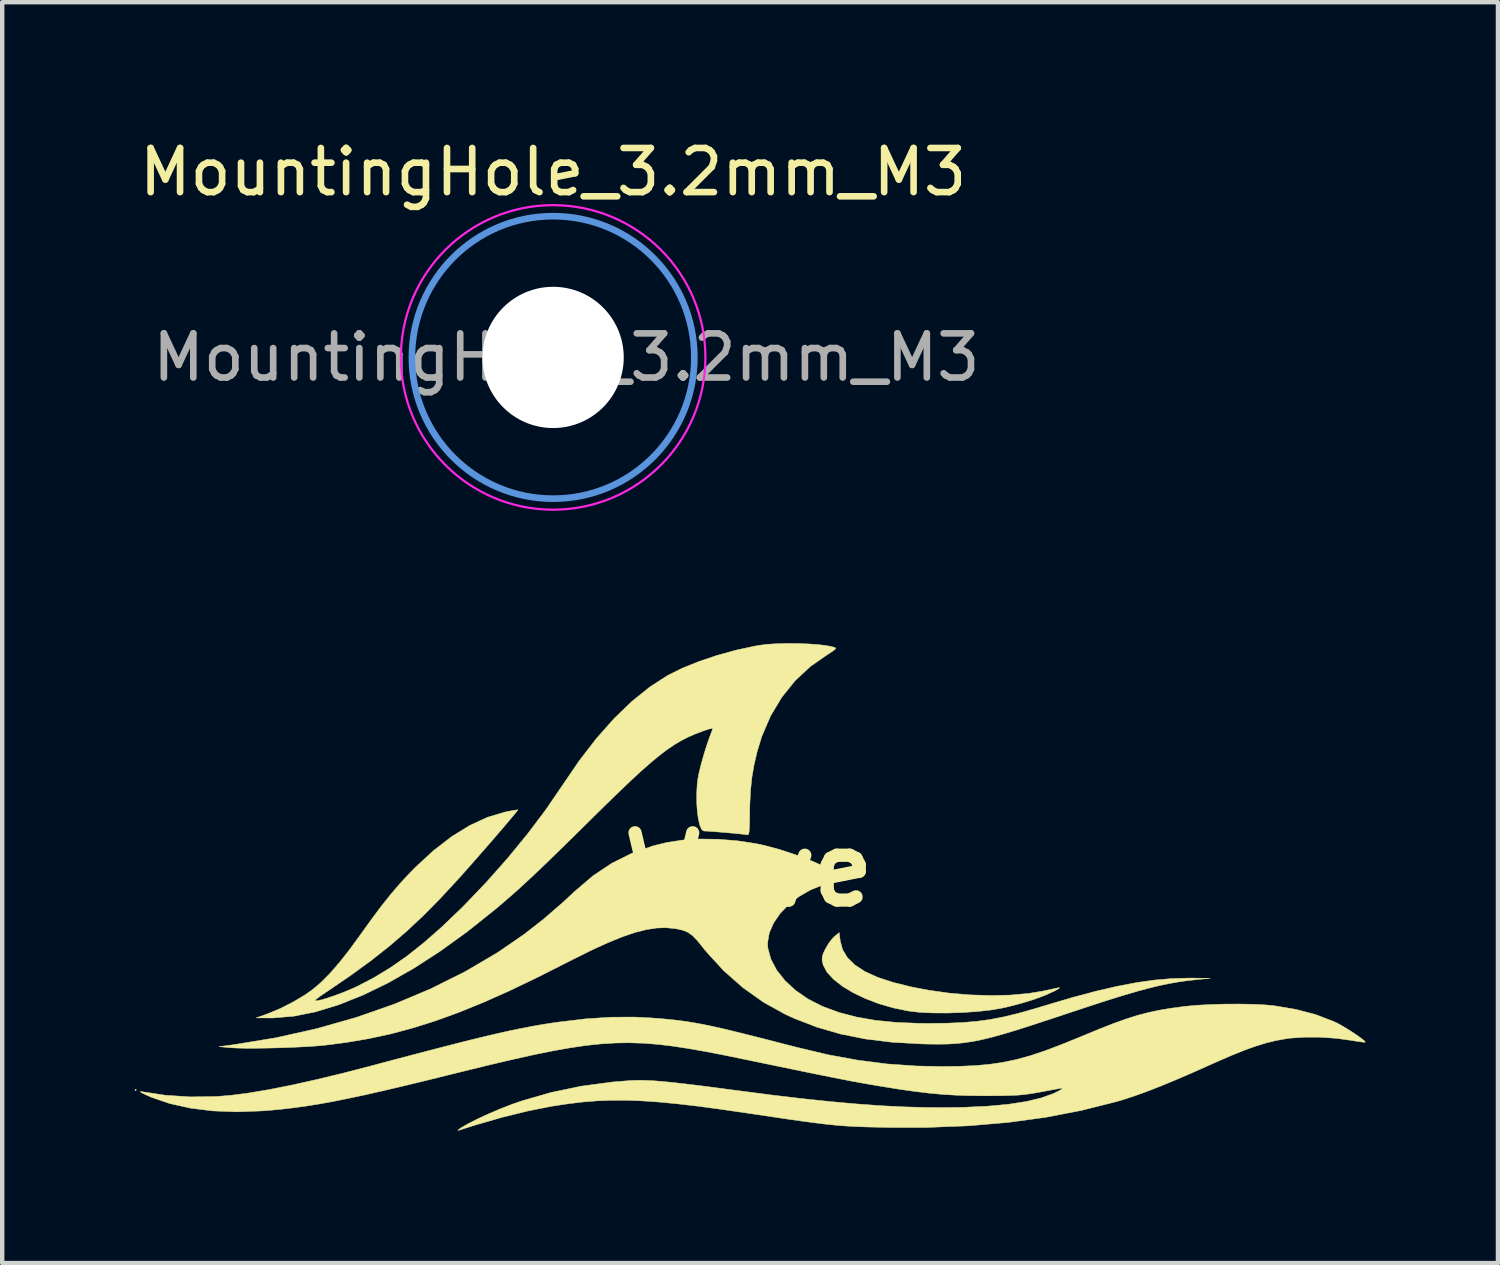
<source format=kicad_pcb>
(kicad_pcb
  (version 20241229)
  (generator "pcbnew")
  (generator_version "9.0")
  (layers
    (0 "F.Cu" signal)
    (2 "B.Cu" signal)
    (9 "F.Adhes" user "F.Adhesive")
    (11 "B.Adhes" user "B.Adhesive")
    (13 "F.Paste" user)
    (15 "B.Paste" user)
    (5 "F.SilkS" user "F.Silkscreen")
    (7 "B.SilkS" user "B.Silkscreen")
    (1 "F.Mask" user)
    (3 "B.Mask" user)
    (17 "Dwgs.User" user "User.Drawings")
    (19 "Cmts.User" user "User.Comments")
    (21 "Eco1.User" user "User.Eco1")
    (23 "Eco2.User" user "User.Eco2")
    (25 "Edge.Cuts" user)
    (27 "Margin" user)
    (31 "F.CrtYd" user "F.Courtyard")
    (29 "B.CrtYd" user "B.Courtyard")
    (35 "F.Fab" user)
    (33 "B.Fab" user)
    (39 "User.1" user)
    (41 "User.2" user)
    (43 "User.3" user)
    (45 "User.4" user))
  (footprint "MountingHole_3.2mm_M3"
    (layer "F.Cu")
    (at 9.482 5.048)
    (property "Reference" "MountingHole_3.2mm_M3" (at 0 -4.2 0) (layer "F.SilkS") (effects (font (size 1 1) (thickness 0.15))))
    (attr exclude_from_pos_files exclude_from_bom)
    (fp_circle (center 0 0) (end 3.2 0) (stroke (width 0.15) (type solid)) (fill no) (layer "Cmts.User"))
    (fp_circle (center 0 0) (end 3.45 0) (stroke (width 0.05) (type solid)) (fill no) (layer "F.CrtYd"))
    (fp_text user "${REFERENCE}" (at 0.3 0 0) (layer "F.Fab") (effects (font (size 1 1) (thickness 0.15))))
    (pad "" np_thru_hole circle (at 0 0) (size 3.2 3.2) (drill 3.2) (layers "*.Cu" "*.Mask")))
  (footprint "Wave"
    (layer "F.Cu")
    (at 13.914 16.653)
    (property "Reference" "Wave" (at 0 0 0) (layer "F.SilkS") (effects (font (size 1.524 1.524) (thickness 0.3))))
    (attr through_hole)
    (fp_poly (pts (xy -13.874 4.992) (xy -13.891 5.01) (xy -13.909 4.992) (xy -13.891 4.975) (xy -13.874 4.992)) (stroke (width 0.01) (type solid)) (fill yes) (layer "F.SilkS"))
    (fp_poly (pts (xy 2.072 1.608) (xy 2.126 1.811) (xy 2.235 1.994) (xy 2.403 2.159) (xy 2.63 2.307) (xy 2.918 2.439) (xy 3.27 2.555) (xy 3.688 2.658) (xy 4.082 2.733) (xy 4.546 2.798) (xy 5.019 2.838) (xy 5.486 2.852) (xy 5.932 2.842) (xy 6.34 2.805) (xy 6.657 2.753) (xy 6.793 2.724) (xy 6.917 2.697) (xy 6.989 2.682) (xy 7.041 2.674) (xy 7.04 2.685) (xy 6.981 2.721) (xy 6.937 2.745) (xy 6.741 2.836) (xy 6.492 2.93) (xy 6.209 3.019) (xy 5.908 3.099) (xy 5.732 3.139) (xy 5.471 3.183) (xy 5.164 3.216) (xy 4.832 3.238) (xy 4.492 3.249) (xy 4.165 3.247) (xy 3.868 3.233) (xy 3.626 3.205) (xy 3.283 3.135) (xy 2.953 3.04) (xy 2.644 2.922) (xy 2.364 2.788) (xy 2.12 2.641) (xy 1.922 2.485) (xy 1.775 2.326) (xy 1.69 2.167) (xy 1.682 2.142) (xy 1.662 2.049) (xy 1.665 1.973) (xy 1.694 1.886) (xy 1.734 1.802) (xy 1.805 1.68) (xy 1.889 1.569) (xy 1.937 1.52) (xy 2.05 1.426) (xy 2.072 1.608)) (stroke (width 0.01) (type solid)) (fill yes) (layer "F.SilkS"))
    (fp_poly (pts (xy -0.683 -0.688) (xy -0.254 -0.653) (xy 0.162 -0.59) (xy 0.333 -0.554) (xy 0.686 -0.46) (xy 1.054 -0.34) (xy 1.416 -0.202) (xy 1.754 -0.053) (xy 2.048 0.099) (xy 2.136 0.151) (xy 2.258 0.226) (xy 1.979 0.272) (xy 1.679 0.346) (xy 1.395 0.462) (xy 1.134 0.613) (xy 0.904 0.793) (xy 0.711 0.993) (xy 0.563 1.209) (xy 0.466 1.432) (xy 0.427 1.656) (xy 0.433 1.776) (xy 0.502 2.029) (xy 0.634 2.278) (xy 0.822 2.516) (xy 1.061 2.736) (xy 1.343 2.931) (xy 1.662 3.094) (xy 1.683 3.103) (xy 2.049 3.237) (xy 2.442 3.34) (xy 2.873 3.415) (xy 3.348 3.462) (xy 3.878 3.483) (xy 4.099 3.484) (xy 4.492 3.479) (xy 4.839 3.464) (xy 5.155 3.438) (xy 5.458 3.397) (xy 5.763 3.339) (xy 6.088 3.261) (xy 6.448 3.16) (xy 6.744 3.071) (xy 7.325 2.899) (xy 7.852 2.758) (xy 8.333 2.646) (xy 8.776 2.561) (xy 9.191 2.502) (xy 9.585 2.468) (xy 9.967 2.457) (xy 10.055 2.457) (xy 10.458 2.462) (xy 10.171 2.49) (xy 9.951 2.514) (xy 9.736 2.544) (xy 9.517 2.583) (xy 9.288 2.631) (xy 9.039 2.692) (xy 8.764 2.767) (xy 8.455 2.858) (xy 8.104 2.968) (xy 7.703 3.098) (xy 7.244 3.25) (xy 7.217 3.259) (xy 6.775 3.406) (xy 6.39 3.532) (xy 6.057 3.638) (xy 5.767 3.725) (xy 5.512 3.796) (xy 5.285 3.851) (xy 5.078 3.893) (xy 4.884 3.922) (xy 4.694 3.942) (xy 4.502 3.952) (xy 4.299 3.955) (xy 4.078 3.953) (xy 3.907 3.948) (xy 3.25 3.911) (xy 2.643 3.837) (xy 2.078 3.724) (xy 1.545 3.569) (xy 1.034 3.372) (xy 0.823 3.276) (xy 0.337 3.006) (xy -0.129 2.676) (xy -0.563 2.294) (xy -0.955 1.867) (xy -1.042 1.759) (xy -1.169 1.603) (xy -1.275 1.494) (xy -1.375 1.422) (xy -1.486 1.375) (xy -1.624 1.344) (xy -1.672 1.336) (xy -1.874 1.316) (xy -2.088 1.323) (xy -2.32 1.359) (xy -2.577 1.424) (xy -2.864 1.522) (xy -3.188 1.654) (xy -3.556 1.822) (xy -3.972 2.028) (xy -4.117 2.102) (xy -4.792 2.443) (xy -5.419 2.744) (xy -6.007 3.006) (xy -6.563 3.232) (xy -7.093 3.425) (xy -7.607 3.587) (xy -8.11 3.722) (xy -8.612 3.83) (xy -9.118 3.916) (xy -9.582 3.976) (xy -9.784 3.995) (xy -10.029 4.011) (xy -10.305 4.025) (xy -10.595 4.036) (xy -10.886 4.043) (xy -11.163 4.047) (xy -11.412 4.047) (xy -11.618 4.042) (xy -11.754 4.034) (xy -11.999 4.011) (xy -11.666 3.966) (xy -10.717 3.81) (xy -9.79 3.603) (xy -8.892 3.348) (xy -8.028 3.046) (xy -7.203 2.699) (xy -6.422 2.309) (xy -5.691 1.879) (xy -5.088 1.465) (xy -4.653 1.125) (xy -4.205 0.737) (xy -3.941 0.492) (xy -3.53 0.141) (xy -3.102 -0.145) (xy -2.648 -0.371) (xy -2.159 -0.541) (xy -1.857 -0.615) (xy -1.503 -0.67) (xy -1.106 -0.694) (xy -0.683 -0.688)) (stroke (width 0.01) (type solid)) (fill yes) (layer "F.SilkS"))
    (fp_poly (pts (xy 1.114 -5.123) (xy 1.35 -5.114) (xy 1.568 -5.099) (xy 1.753 -5.077) (xy 1.894 -5.05) (xy 1.972 -5.021) (xy 1.96 -4.996) (xy 1.899 -4.947) (xy 1.802 -4.885) (xy 1.798 -4.882) (xy 1.401 -4.607) (xy 1.051 -4.281) (xy 0.748 -3.905) (xy 0.496 -3.484) (xy 0.297 -3.021) (xy 0.192 -2.68) (xy 0.121 -2.377) (xy 0.071 -2.087) (xy 0.04 -1.785) (xy 0.024 -1.448) (xy 0.022 -1.288) (xy 0.019 -1.087) (xy 0.015 -0.946) (xy 0.008 -0.856) (xy -0.003 -0.806) (xy -0.02 -0.788) (xy -0.038 -0.789) (xy -0.088 -0.797) (xy -0.192 -0.809) (xy -0.333 -0.823) (xy -0.495 -0.837) (xy -0.662 -0.851) (xy -0.816 -0.863) (xy -0.942 -0.872) (xy -1.021 -0.875) (xy -1.067 -0.909) (xy -1.107 -1.001) (xy -1.14 -1.139) (xy -1.165 -1.312) (xy -1.178 -1.507) (xy -1.18 -1.714) (xy -1.169 -1.92) (xy -1.159 -2.016) (xy -1.129 -2.182) (xy -1.078 -2.39) (xy -1.013 -2.62) (xy -0.941 -2.849) (xy -0.867 -3.056) (xy -0.825 -3.163) (xy -0.818 -3.191) (xy -0.84 -3.199) (xy -0.901 -3.185) (xy -1.013 -3.148) (xy -1.056 -3.132) (xy -1.223 -3.069) (xy -1.381 -2.999) (xy -1.536 -2.92) (xy -1.693 -2.826) (xy -1.857 -2.714) (xy -2.034 -2.579) (xy -2.228 -2.418) (xy -2.446 -2.226) (xy -2.691 -1.998) (xy -2.971 -1.731) (xy -3.289 -1.421) (xy -3.556 -1.158) (xy -3.897 -0.821) (xy -4.195 -0.529) (xy -4.455 -0.275) (xy -4.684 -0.054) (xy -4.889 0.14) (xy -5.074 0.312) (xy -5.246 0.469) (xy -5.411 0.615) (xy -5.576 0.757) (xy -5.745 0.9) (xy -5.763 0.915) (xy -6.38 1.407) (xy -6.988 1.846) (xy -7.585 2.233) (xy -8.169 2.565) (xy -8.736 2.841) (xy -9.284 3.06) (xy -9.809 3.221) (xy -10.31 3.321) (xy -10.782 3.361) (xy -10.865 3.361) (xy -11.158 3.359) (xy -10.896 3.264) (xy -10.612 3.146) (xy -10.321 2.998) (xy -10.05 2.836) (xy -9.882 2.717) (xy -9.694 2.558) (xy -9.498 2.362) (xy -9.29 2.124) (xy -9.062 1.836) (xy -8.811 1.493) (xy -8.783 1.454) (xy -8.535 1.109) (xy -8.313 0.813) (xy -8.106 0.554) (xy -7.906 0.321) (xy -7.702 0.1) (xy -7.569 -0.037) (xy -7.151 -0.424) (xy -6.736 -0.745) (xy -6.324 -1) (xy -5.918 -1.187) (xy -5.518 -1.306) (xy -5.502 -1.309) (xy -5.376 -1.334) (xy -5.281 -1.35) (xy -5.233 -1.354) (xy -5.231 -1.354) (xy -5.25 -1.326) (xy -5.309 -1.253) (xy -5.402 -1.142) (xy -5.522 -1) (xy -5.663 -0.835) (xy -5.818 -0.655) (xy -5.982 -0.467) (xy -6.148 -0.277) (xy -6.309 -0.094) (xy -6.459 0.076) (xy -6.579 0.21) (xy -6.982 0.645) (xy -7.368 1.037) (xy -7.751 1.396) (xy -8.144 1.734) (xy -8.561 2.063) (xy -9.014 2.393) (xy -9.517 2.737) (xy -9.591 2.786) (xy -9.703 2.862) (xy -9.786 2.924) (xy -9.828 2.962) (xy -9.831 2.969) (xy -9.784 2.972) (xy -9.687 2.951) (xy -9.55 2.911) (xy -9.387 2.856) (xy -9.212 2.791) (xy -9.035 2.719) (xy -8.871 2.645) (xy -8.869 2.644) (xy -8.487 2.445) (xy -8.114 2.218) (xy -7.74 1.957) (xy -7.36 1.655) (xy -6.962 1.306) (xy -6.541 0.903) (xy -6.445 0.808) (xy -5.945 0.286) (xy -5.463 -0.258) (xy -5.011 -0.809) (xy -4.599 -1.356) (xy -4.238 -1.884) (xy -4.221 -1.909) (xy -3.84 -2.468) (xy -3.449 -2.974) (xy -3.05 -3.424) (xy -2.646 -3.813) (xy -2.241 -4.139) (xy -1.839 -4.399) (xy -1.832 -4.402) (xy -1.509 -4.563) (xy -1.134 -4.714) (xy -0.724 -4.852) (xy -0.296 -4.971) (xy 0.133 -5.064) (xy 0.245 -5.083) (xy 0.425 -5.106) (xy 0.639 -5.119) (xy 0.873 -5.125) (xy 1.114 -5.123)) (stroke (width 0.01) (type solid)) (fill yes) (layer "F.SilkS"))
    (fp_poly (pts (xy 11.403 3.05) (xy 11.678 3.063) (xy 11.894 3.082) (xy 12.395 3.166) (xy 12.848 3.285) (xy 13.247 3.438) (xy 13.331 3.477) (xy 13.439 3.536) (xy 13.564 3.611) (xy 13.692 3.692) (xy 13.809 3.772) (xy 13.902 3.841) (xy 13.96 3.89) (xy 13.97 3.909) (xy 13.932 3.91) (xy 13.841 3.899) (xy 13.716 3.88) (xy 13.661 3.87) (xy 13.313 3.822) (xy 12.948 3.797) (xy 12.592 3.796) (xy 12.269 3.818) (xy 12.174 3.831) (xy 11.954 3.871) (xy 11.733 3.924) (xy 11.5 3.995) (xy 11.244 4.086) (xy 10.953 4.203) (xy 10.616 4.349) (xy 10.502 4.4) (xy 10.06 4.597) (xy 9.673 4.764) (xy 9.331 4.905) (xy 9.027 5.024) (xy 8.753 5.123) (xy 8.501 5.206) (xy 8.325 5.258) (xy 7.538 5.456) (xy 6.722 5.613) (xy 5.872 5.728) (xy 4.982 5.804) (xy 4.044 5.841) (xy 3.166 5.841) (xy 2.914 5.836) (xy 2.692 5.831) (xy 2.49 5.824) (xy 2.301 5.815) (xy 2.115 5.803) (xy 1.924 5.786) (xy 1.719 5.764) (xy 1.492 5.736) (xy 1.233 5.702) (xy 0.935 5.66) (xy 0.589 5.609) (xy 0.186 5.549) (xy -0.009 5.52) (xy -0.594 5.435) (xy -1.118 5.364) (xy -1.59 5.309) (xy -2.018 5.267) (xy -2.408 5.24) (xy -2.77 5.226) (xy -3.111 5.226) (xy -3.439 5.239) (xy -3.761 5.265) (xy -4.087 5.304) (xy -4.424 5.355) (xy -4.484 5.365) (xy -5.006 5.469) (xy -5.576 5.609) (xy -6.188 5.785) (xy -6.579 5.909) (xy -6.591 5.905) (xy -6.551 5.872) (xy -6.516 5.849) (xy -6.356 5.756) (xy -6.145 5.649) (xy -5.902 5.537) (xy -5.642 5.426) (xy -5.383 5.324) (xy -5.149 5.242) (xy -4.479 5.049) (xy -3.8 4.907) (xy -3.092 4.812) (xy -2.715 4.781) (xy -2.589 4.775) (xy -2.457 4.773) (xy -2.313 4.776) (xy -2.149 4.784) (xy -1.96 4.799) (xy -1.738 4.821) (xy -1.476 4.85) (xy -1.168 4.887) (xy -0.806 4.933) (xy -0.385 4.989) (xy -0.228 5.009) (xy 0.525 5.107) (xy 1.218 5.189) (xy 1.856 5.256) (xy 2.449 5.309) (xy 3.002 5.349) (xy 3.524 5.375) (xy 4.022 5.389) (xy 4.503 5.391) (xy 4.87 5.385) (xy 5.408 5.36) (xy 5.88 5.317) (xy 6.286 5.254) (xy 6.627 5.173) (xy 6.904 5.073) (xy 7.001 5.025) (xy 7.063 4.992) (xy 7.104 4.969) (xy 7.117 4.955) (xy 7.094 4.953) (xy 7.03 4.961) (xy 6.916 4.981) (xy 6.747 5.013) (xy 6.551 5.049) (xy 6.4 5.075) (xy 6.255 5.095) (xy 6.102 5.109) (xy 5.928 5.117) (xy 5.717 5.122) (xy 5.455 5.124) (xy 5.36 5.124) (xy 5.017 5.121) (xy 4.702 5.111) (xy 4.399 5.093) (xy 4.093 5.065) (xy 3.767 5.026) (xy 3.407 4.975) (xy 2.997 4.909) (xy 2.943 4.9) (xy 2.789 4.874) (xy 2.634 4.847) (xy 2.473 4.818) (xy 2.299 4.786) (xy 2.105 4.748) (xy 1.885 4.705) (xy 1.632 4.654) (xy 1.341 4.595) (xy 1.004 4.525) (xy 0.614 4.445) (xy 0.166 4.352) (xy -0.105 4.296) (xy -0.567 4.201) (xy -0.987 4.12) (xy -1.373 4.052) (xy -1.731 3.998) (xy -2.069 3.958) (xy -2.393 3.933) (xy -2.711 3.923) (xy -3.03 3.928) (xy -3.356 3.949) (xy -3.697 3.985) (xy -4.06 4.039) (xy -4.452 4.109) (xy -4.879 4.196) (xy -5.349 4.301) (xy -5.87 4.423) (xy -6.447 4.564) (xy -6.751 4.639) (xy -7.324 4.781) (xy -7.837 4.905) (xy -8.296 5.013) (xy -8.707 5.106) (xy -9.079 5.185) (xy -9.416 5.253) (xy -9.727 5.309) (xy -10.018 5.356) (xy -10.295 5.394) (xy -10.566 5.426) (xy -10.837 5.452) (xy -11.028 5.467) (xy -11.597 5.488) (xy -12.14 5.467) (xy -12.649 5.404) (xy -13.117 5.3) (xy -13.536 5.157) (xy -13.67 5.097) (xy -13.763 5.051) (xy -13.79 5.029) (xy -13.755 5.03) (xy -13.751 5.031) (xy -13.214 5.112) (xy -12.644 5.149) (xy -12.064 5.14) (xy -11.737 5.114) (xy -11.34 5.063) (xy -10.881 4.986) (xy -10.365 4.884) (xy -9.795 4.757) (xy -9.174 4.607) (xy -8.561 4.448) (xy -7.991 4.296) (xy -7.481 4.162) (xy -7.028 4.044) (xy -6.625 3.94) (xy -6.266 3.85) (xy -5.945 3.772) (xy -5.657 3.705) (xy -5.396 3.647) (xy -5.156 3.598) (xy -4.931 3.554) (xy -4.716 3.516) (xy -4.504 3.482) (xy -4.309 3.454) (xy -3.697 3.381) (xy -3.129 3.343) (xy -2.592 3.34) (xy -2.19 3.361) (xy -1.981 3.377) (xy -1.79 3.395) (xy -1.61 3.415) (xy -1.433 3.438) (xy -1.252 3.467) (xy -1.06 3.502) (xy -0.849 3.545) (xy -0.612 3.598) (xy -0.342 3.662) (xy -0.032 3.739) (xy 0.326 3.829) (xy 0.739 3.936) (xy 1.086 4.025) (xy 1.797 4.194) (xy 2.475 4.318) (xy 3.138 4.403) (xy 3.807 4.449) (xy 4.362 4.46) (xy 4.762 4.456) (xy 5.119 4.441) (xy 5.446 4.412) (xy 5.755 4.367) (xy 6.06 4.303) (xy 6.374 4.217) (xy 6.708 4.106) (xy 7.076 3.967) (xy 7.49 3.799) (xy 7.567 3.767) (xy 7.94 3.613) (xy 8.263 3.486) (xy 8.548 3.384) (xy 8.81 3.301) (xy 9.059 3.236) (xy 9.31 3.183) (xy 9.575 3.139) (xy 9.866 3.1) (xy 9.891 3.097) (xy 10.15 3.073) (xy 10.449 3.057) (xy 10.77 3.047) (xy 11.094 3.045) (xy 11.403 3.05)) (stroke (width 0.01) (type solid)) (fill yes) (layer "F.SilkS")))
  (gr_rect
    (start -3 -3)
    (end 30.889 25.567)
    (stroke (width 0.1) (type default))
    (fill no)
    (layer "Edge.Cuts")))
</source>
